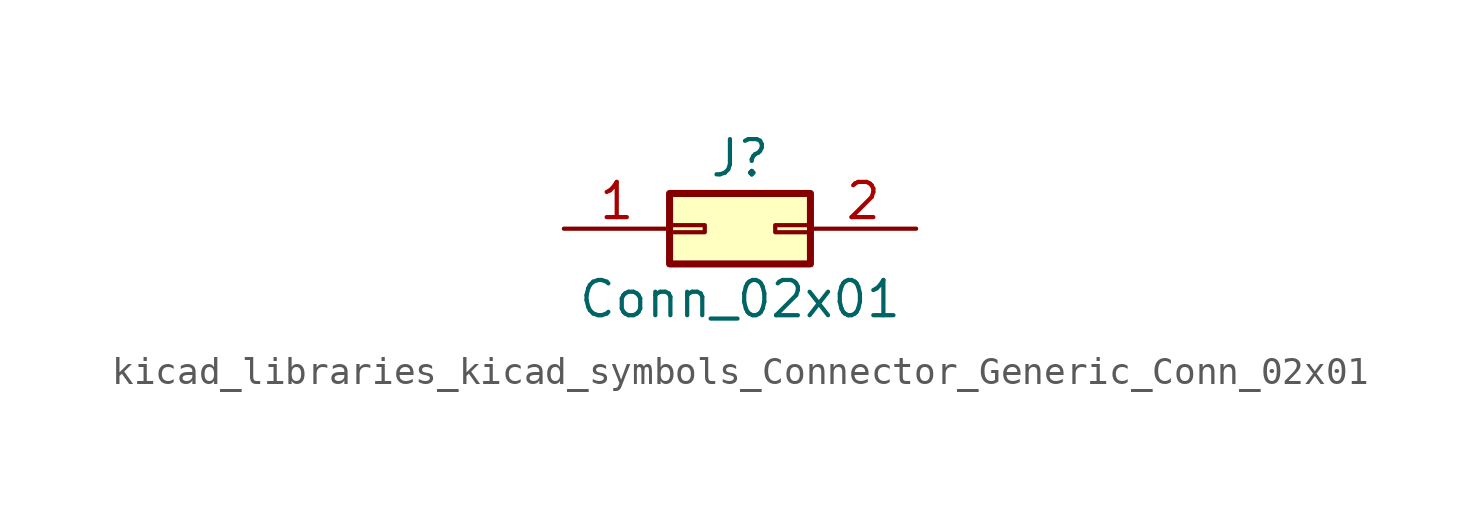
<source format=kicad_sym>
(kicad_symbol_lib
  (version 20220914)
  (generator kicad_symbol_editor)
  (symbol "kicad_libraries_kicad_symbols_Connector_Generic_Conn_02x01"
    (pin_names
      (offset 1.016) hide)
    (property "Reference" "J"
      (at 1.27 2.54 0)
      (effects (font (size 1.27 1.27))))
    (property "Value" "Conn_02x01"
      (at 1.27 -2.54 0)
      (effects (font (size 1.27 1.27))))
    (symbol "kicad_libraries_kicad_symbols_Connector_Generic_Conn_02x01_1_1"
      (rectangle (start -1.27 0.127) (end 0 -0.127) (stroke (width 0.152) (type default)) (fill (type none)))
      (rectangle (start -1.27 1.27) (end 3.81 -1.27) (stroke (width 0.254) (type default)) (fill (type background)))
      (rectangle (start 3.81 0.127) (end 2.54 -0.127) (stroke (width 0.152) (type default)) (fill (type none)))
      (pin passive line (at -5.08 0 0) (length 3.81) (name "Pin_1" (effects (font (size 1.27 1.27)))) (number "1" (effects (font (size 1.27 1.27)))))
      (pin passive line (at 7.62 0 180) (length 3.81) (name "Pin_2" (effects (font (size 1.27 1.27)))) (number "2" (effects (font (size 1.27 1.27))))))))
</source>
